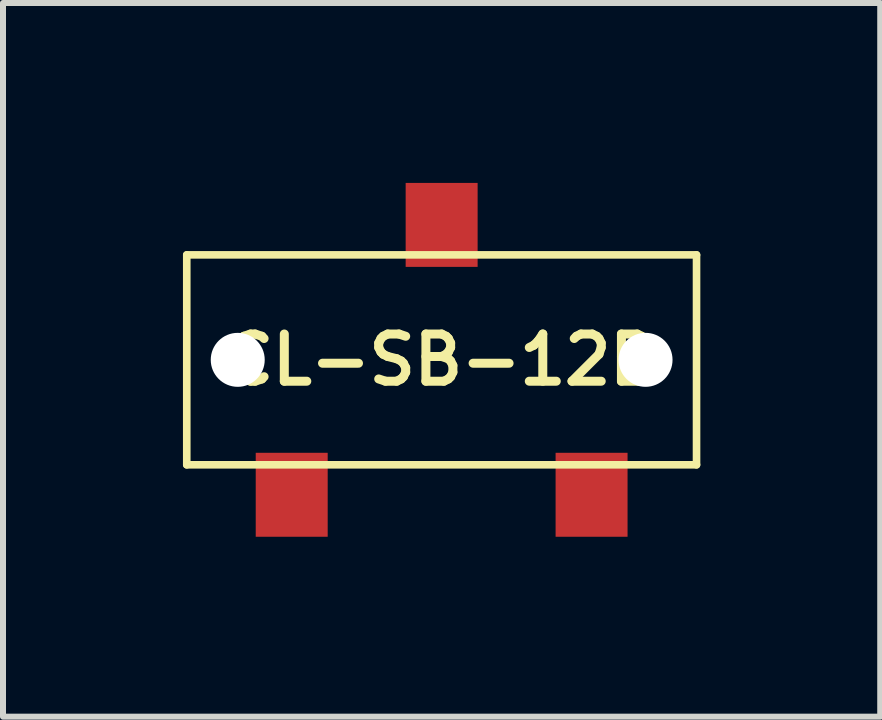
<source format=kicad_pcb>
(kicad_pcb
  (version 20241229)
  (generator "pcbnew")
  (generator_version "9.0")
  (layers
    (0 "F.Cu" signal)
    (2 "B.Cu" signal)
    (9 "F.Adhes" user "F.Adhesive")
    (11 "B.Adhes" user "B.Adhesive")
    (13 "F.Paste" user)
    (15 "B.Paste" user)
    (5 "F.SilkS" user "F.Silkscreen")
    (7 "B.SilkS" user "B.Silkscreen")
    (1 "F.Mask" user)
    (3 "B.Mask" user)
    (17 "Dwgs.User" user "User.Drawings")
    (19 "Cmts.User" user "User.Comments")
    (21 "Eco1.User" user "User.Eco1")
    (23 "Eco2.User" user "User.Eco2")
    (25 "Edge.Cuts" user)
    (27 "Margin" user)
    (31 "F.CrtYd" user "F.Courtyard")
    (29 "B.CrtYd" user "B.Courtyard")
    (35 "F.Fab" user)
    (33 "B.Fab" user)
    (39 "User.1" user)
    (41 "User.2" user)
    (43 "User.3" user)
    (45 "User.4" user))
  (footprint "CL-SB-12B"
    (layer "F.Cu")
    (at 4.314 2.95)
    (property "Reference" "CL-SB-12B" (at 0 0 0) (layer "F.SilkS") (effects (font (size 0.787 0.787) (thickness 0.15))))
    (attr smd)
    (fp_line (start -4.25 -1.75) (end 4.25 -1.75) (stroke (width 0.127) (type solid)) (layer "F.SilkS"))
    (fp_line (start -4.25 1.75) (end -4.25 -1.75) (stroke (width 0.127) (type solid)) (layer "F.SilkS"))
    (fp_line (start 4.25 -1.75) (end 4.25 1.75) (stroke (width 0.127) (type solid)) (layer "F.SilkS"))
    (fp_line (start 4.25 1.75) (end -4.25 1.75) (stroke (width 0.127) (type solid)) (layer "F.SilkS"))
    (pad "" np_thru_hole circle (at -3.4 0) (size 0.9 0.9) (drill 0.9) (layers "*.Cu" "*.Mask"))
    (pad "" np_thru_hole circle (at 3.4 0) (size 0.9 0.9) (drill 0.9) (layers "*.Cu" "*.Mask"))
    (pad "1" smd rect (at -2.5 2.25) (size 1.2 1.4) (layers "F.Cu" "F.Mask" "F.Paste"))
    (pad "2" smd rect (at 0 -2.25) (size 1.2 1.4) (layers "F.Cu" "F.Mask" "F.Paste"))
    (pad "3" smd rect (at 2.5 2.25) (size 1.2 1.4) (layers "F.Cu" "F.Mask" "F.Paste")))
  (gr_rect
    (start -3 -3)
    (end 11.627 8.9)
    (stroke (width 0.1) (type default))
    (fill no)
    (layer "Edge.Cuts")))
</source>
